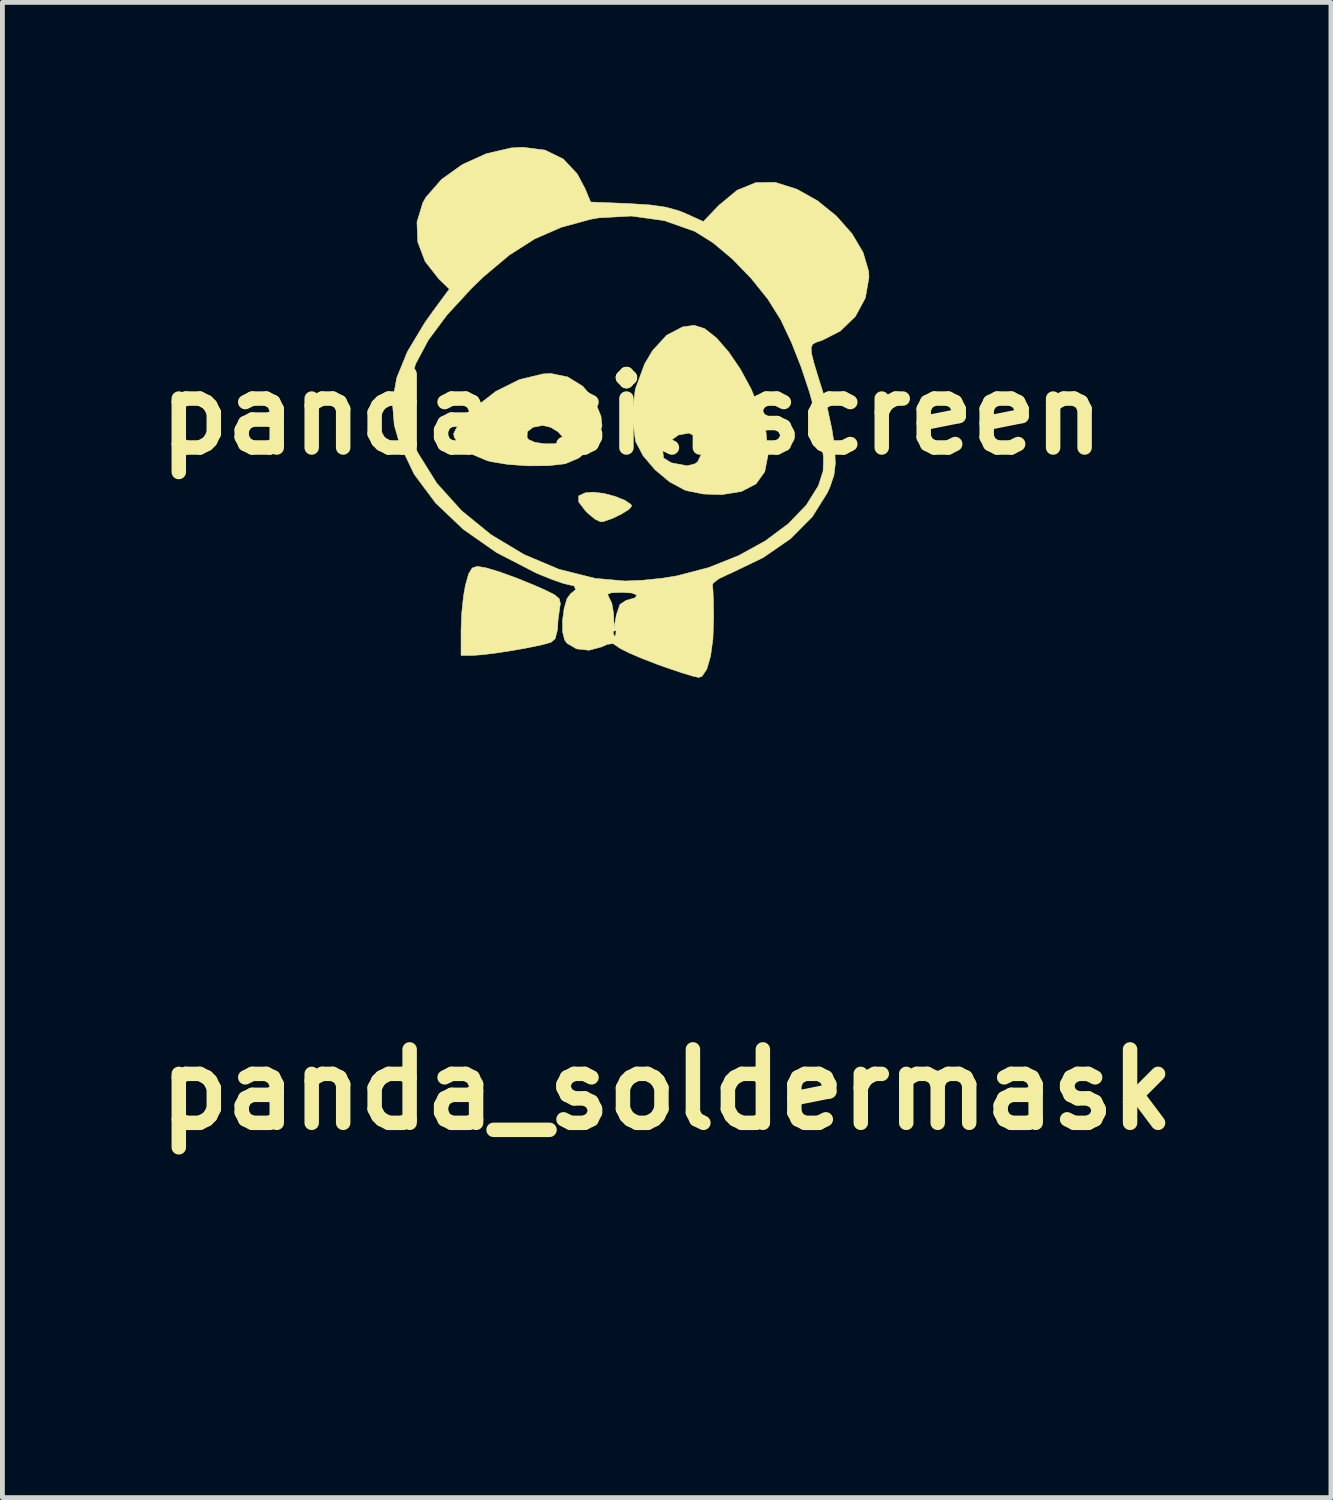
<source format=kicad_pcb>
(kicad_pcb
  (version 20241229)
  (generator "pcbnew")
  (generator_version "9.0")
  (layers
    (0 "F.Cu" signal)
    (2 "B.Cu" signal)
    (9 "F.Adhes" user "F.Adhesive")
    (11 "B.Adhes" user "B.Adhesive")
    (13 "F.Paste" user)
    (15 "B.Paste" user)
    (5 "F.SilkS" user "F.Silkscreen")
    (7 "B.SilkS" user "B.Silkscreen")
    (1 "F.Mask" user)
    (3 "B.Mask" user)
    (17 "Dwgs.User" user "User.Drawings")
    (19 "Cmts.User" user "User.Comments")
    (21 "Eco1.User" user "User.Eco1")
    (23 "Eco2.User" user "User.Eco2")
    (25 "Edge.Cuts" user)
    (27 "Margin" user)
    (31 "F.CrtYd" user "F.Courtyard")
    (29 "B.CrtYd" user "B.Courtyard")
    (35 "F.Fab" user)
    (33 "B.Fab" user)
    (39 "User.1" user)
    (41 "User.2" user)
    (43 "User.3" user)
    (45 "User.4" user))
  (footprint "panda silkscreen"
    (layer "F.Cu")
    (at 10.058 5.547)
    (property "Reference" "panda silkscreen" (at 0 0 0) (layer "F.SilkS") (effects (font (size 1.524 1.524) (thickness 0.3))))
    (attr through_hole)
    (fp_poly (pts (xy -0.581 1.641) (xy -0.344 1.703) (xy -0.14 1.785) (xy -0.016 1.87) (xy 0 1.906) (xy -0.063 1.977) (xy -0.218 2.073) (xy -0.408 2.164) (xy -0.579 2.223) (xy -0.642 2.232) (xy -0.755 2.18) (xy -0.912 2.052) (xy -0.956 2.007) (xy -1.099 1.819) (xy -1.101 1.693) (xy -0.962 1.628) (xy -0.801 1.616) (xy -0.581 1.641)) (stroke (width 0.01) (type solid)) (fill yes) (layer "F.SilkS"))
    (fp_poly (pts (xy -3.017 3.187) (xy -2.73 3.274) (xy -2.373 3.404) (xy -1.981 3.565) (xy -1.822 3.635) (xy -1.606 3.741) (xy -1.502 3.827) (xy -1.48 3.93) (xy -1.495 4.028) (xy -1.529 4.277) (xy -1.539 4.466) (xy -1.588 4.657) (xy -1.674 4.731) (xy -1.847 4.78) (xy -2.123 4.838) (xy -2.455 4.898) (xy -2.793 4.951) (xy -3.087 4.988) (xy -3.29 5.003) (xy -3.29 5.003) (xy -3.541 5.003) (xy -3.541 4.47) (xy -3.527 4.124) (xy -3.49 3.772) (xy -3.45 3.546) (xy -3.383 3.309) (xy -3.31 3.19) (xy -3.209 3.156) (xy -3.2 3.156) (xy -3.017 3.187)) (stroke (width 0.01) (type solid)) (fill yes) (layer "F.SilkS"))
    (fp_poly (pts (xy -1.327 -0.775) (xy -1.015 -0.582) (xy -0.775 -0.299) (xy -0.637 0.042) (xy -0.616 0.237) (xy -0.683 0.474) (xy -0.859 0.712) (xy -1.102 0.909) (xy -1.374 1.025) (xy -1.389 1.028) (xy -1.732 1.067) (xy -2.148 1.07) (xy -2.567 1.04) (xy -2.923 0.982) (xy -3.004 0.96) (xy -3.316 0.828) (xy -3.552 0.66) (xy -3.68 0.481) (xy -3.68 0.48) (xy -2.171 0.48) (xy -2.138 0.525) (xy -2.008 0.582) (xy -1.803 0.612) (xy -1.593 0.611) (xy -1.45 0.575) (xy -1.437 0.564) (xy -1.431 0.473) (xy -1.526 0.364) (xy -1.679 0.271) (xy -1.845 0.231) (xy -1.85 0.231) (xy -2.049 0.269) (xy -2.166 0.362) (xy -2.171 0.48) (xy -3.68 0.48) (xy -3.695 0.404) (xy -3.641 0.292) (xy -3.501 0.113) (xy -3.303 -0.095) (xy -3.269 -0.127) (xy -2.817 -0.478) (xy -2.33 -0.72) (xy -1.843 -0.838) (xy -1.678 -0.847) (xy -1.327 -0.775)) (stroke (width 0.01) (type solid)) (fill yes) (layer "F.SilkS"))
    (fp_poly (pts (xy 1.514 -1.778) (xy 1.758 -1.586) (xy 2.01 -1.297) (xy 2.256 -0.936) (xy 2.477 -0.528) (xy 2.656 -0.1) (xy 2.777 0.324) (xy 2.788 0.379) (xy 2.83 0.839) (xy 2.761 1.192) (xy 2.579 1.445) (xy 2.279 1.601) (xy 1.868 1.667) (xy 1.486 1.654) (xy 1.141 1.585) (xy 1.096 1.569) (xy 0.786 1.402) (xy 0.485 1.151) (xy 0.237 0.86) (xy 0.186 0.763) (xy 0.645 0.763) (xy 0.661 0.907) (xy 0.823 1.007) (xy 1.132 1.065) (xy 1.158 1.067) (xy 1.315 1.026) (xy 1.37 0.985) (xy 1.453 0.809) (xy 1.44 0.601) (xy 1.37 0.477) (xy 1.186 0.39) (xy 0.968 0.43) (xy 0.773 0.573) (xy 0.645 0.763) (xy 0.186 0.763) (xy 0.086 0.573) (xy 0.078 0.546) (xy 0.009 0.022) (xy 0.075 -0.522) (xy 0.269 -1.047) (xy 0.432 -1.321) (xy 0.725 -1.641) (xy 1.057 -1.814) (xy 1.298 -1.847) (xy 1.514 -1.778)) (stroke (width 0.01) (type solid)) (fill yes) (layer "F.SilkS"))
    (fp_poly (pts (xy -1.797 -5.482) (xy -1.42 -5.298) (xy -1.129 -4.987) (xy -0.968 -4.684) (xy -0.852 -4.405) (xy -0.06 -4.373) (xy 0.38 -4.345) (xy 0.711 -4.298) (xy 0.977 -4.224) (xy 1.109 -4.171) (xy 1.487 -4) (xy 1.811 -4.338) (xy 2.187 -4.649) (xy 2.575 -4.808) (xy 2.971 -4.814) (xy 2.983 -4.812) (xy 3.431 -4.67) (xy 3.861 -4.428) (xy 4.25 -4.112) (xy 4.572 -3.747) (xy 4.802 -3.359) (xy 4.916 -2.971) (xy 4.924 -2.843) (xy 4.849 -2.414) (xy 4.643 -2.032) (xy 4.328 -1.727) (xy 3.952 -1.535) (xy 3.834 -1.497) (xy 3.758 -1.456) (xy 3.724 -1.386) (xy 3.732 -1.263) (xy 3.782 -1.061) (xy 3.875 -0.755) (xy 3.967 -0.462) (xy 4.07 -0.086) (xy 4.155 0.312) (xy 4.208 0.654) (xy 4.212 0.703) (xy 4.226 1.019) (xy 4.198 1.26) (xy 4.117 1.501) (xy 4.061 1.627) (xy 3.748 2.126) (xy 3.299 2.579) (xy 2.728 2.974) (xy 2.049 3.301) (xy 2.011 3.316) (xy 1.811 3.411) (xy 1.692 3.502) (xy 1.676 3.542) (xy 1.687 3.657) (xy 1.696 3.881) (xy 1.701 4.171) (xy 1.701 4.23) (xy 1.686 4.661) (xy 1.636 5.022) (xy 1.559 5.288) (xy 1.459 5.437) (xy 1.393 5.461) (xy 1.271 5.434) (xy 1.043 5.365) (xy 0.746 5.265) (xy 0.543 5.193) (xy 0.223 5.07) (xy -0.049 4.954) (xy -0.236 4.86) (xy -0.291 4.822) (xy -0.389 4.757) (xy -0.511 4.775) (xy -0.623 4.826) (xy -0.885 4.896) (xy -1.142 4.868) (xy -1.34 4.753) (xy -1.392 4.682) (xy -1.427 4.541) (xy -0.385 4.541) (xy -0.357 4.605) (xy -0.334 4.593) (xy -0.324 4.501) (xy -0.334 4.49) (xy -0.379 4.5) (xy -0.385 4.541) (xy -1.427 4.541) (xy -1.434 4.512) (xy -1.435 4.276) (xy -1.402 4.03) (xy -1.343 3.827) (xy -1.273 3.731) (xy -0.5 3.731) (xy -0.477 3.787) (xy -0.477 3.787) (xy -0.412 3.922) (xy -0.376 4.13) (xy -0.375 4.153) (xy -0.365 4.426) (xy -0.317 4.157) (xy -0.243 3.945) (xy -0.115 3.861) (xy 0.069 3.808) (xy 0.108 3.752) (xy 0.008 3.709) (xy -0.192 3.695) (xy -0.413 3.703) (xy -0.5 3.731) (xy -1.273 3.731) (xy -1.266 3.721) (xy -1.262 3.719) (xy -1.162 3.638) (xy -1.194 3.561) (xy -1.289 3.54) (xy -1.42 3.509) (xy -1.647 3.43) (xy -1.927 3.317) (xy -2.001 3.284) (xy -2.804 2.869) (xy -3.496 2.385) (xy -4.068 1.841) (xy -4.512 1.246) (xy -4.817 0.609) (xy -4.927 0.225) (xy -4.945 0.004) (xy -4.691 0.004) (xy -4.675 0.208) (xy -4.615 0.412) (xy -4.499 0.673) (xy -4.435 0.804) (xy -4.045 1.429) (xy -3.532 1.999) (xy -2.921 2.497) (xy -2.238 2.908) (xy -1.509 3.216) (xy -0.76 3.404) (xy -0.141 3.459) (xy 0.213 3.445) (xy 0.621 3.403) (xy 0.936 3.353) (xy 1.601 3.179) (xy 2.221 2.931) (xy 2.777 2.624) (xy 3.251 2.27) (xy 3.623 1.884) (xy 3.875 1.48) (xy 3.972 1.178) (xy 3.98 0.896) (xy 3.93 0.507) (xy 3.829 0.042) (xy 3.687 -0.467) (xy 3.513 -0.989) (xy 3.314 -1.493) (xy 3.1 -1.948) (xy 3.095 -1.959) (xy 2.827 -2.387) (xy 2.479 -2.821) (xy 2.087 -3.225) (xy 1.686 -3.561) (xy 1.312 -3.794) (xy 1.308 -3.796) (xy 0.677 -4.019) (xy -0.004 -4.114) (xy -0.69 -4.076) (xy -0.847 -4.048) (xy -1.46 -3.881) (xy -2.013 -3.64) (xy -2.54 -3.304) (xy -3.075 -2.854) (xy -3.315 -2.623) (xy -3.832 -2.062) (xy -4.218 -1.543) (xy -4.482 -1.048) (xy -4.635 -0.559) (xy -4.677 -0.257) (xy -4.691 0.004) (xy -4.945 0.004) (xy -4.966 -0.25) (xy -4.876 -0.755) (xy -4.654 -1.3) (xy -4.296 -1.896) (xy -4.132 -2.128) (xy -3.784 -2.6) (xy -4.005 -2.812) (xy -4.287 -3.173) (xy -4.439 -3.575) (xy -4.456 -3.989) (xy -4.335 -4.388) (xy -4.267 -4.507) (xy -3.944 -4.876) (xy -3.514 -5.183) (xy -3.018 -5.408) (xy -2.499 -5.528) (xy -2.264 -5.542) (xy -1.797 -5.482)) (stroke (width 0.01) (type solid)) (fill yes) (layer "F.SilkS")))
  (footprint "panda_soldermask"
    (layer "F.Cu")
    (at 10.784 19.56)
    (property "Reference" "panda_soldermask" (at 0 0 0) (layer "F.SilkS") (effects (font (size 1.524 1.524) (thickness 0.3))))
    (attr through_hole)
    (fp_poly (pts (xy -0.581 1.641) (xy -0.344 1.703) (xy -0.14 1.785) (xy -0.016 1.87) (xy 0 1.906) (xy -0.063 1.977) (xy -0.218 2.073) (xy -0.408 2.164) (xy -0.579 2.223) (xy -0.642 2.232) (xy -0.755 2.18) (xy -0.912 2.052) (xy -0.956 2.007) (xy -1.099 1.819) (xy -1.101 1.693) (xy -0.962 1.628) (xy -0.801 1.616) (xy -0.581 1.641)) (stroke (width 0.01) (type solid)) (fill yes) (layer "F.Mask"))
    (fp_poly (pts (xy -3.017 3.187) (xy -2.73 3.274) (xy -2.373 3.404) (xy -1.981 3.565) (xy -1.822 3.635) (xy -1.606 3.741) (xy -1.502 3.827) (xy -1.48 3.93) (xy -1.495 4.028) (xy -1.529 4.277) (xy -1.539 4.466) (xy -1.588 4.657) (xy -1.674 4.731) (xy -1.847 4.78) (xy -2.123 4.838) (xy -2.455 4.898) (xy -2.793 4.951) (xy -3.087 4.988) (xy -3.29 5.003) (xy -3.29 5.003) (xy -3.541 5.003) (xy -3.541 4.47) (xy -3.527 4.124) (xy -3.49 3.772) (xy -3.45 3.546) (xy -3.383 3.309) (xy -3.31 3.19) (xy -3.209 3.156) (xy -3.2 3.156) (xy -3.017 3.187)) (stroke (width 0.01) (type solid)) (fill yes) (layer "F.Mask"))
    (fp_poly (pts (xy -1.327 -0.775) (xy -1.015 -0.582) (xy -0.775 -0.299) (xy -0.637 0.042) (xy -0.616 0.237) (xy -0.683 0.474) (xy -0.859 0.712) (xy -1.102 0.909) (xy -1.374 1.025) (xy -1.389 1.028) (xy -1.732 1.067) (xy -2.148 1.07) (xy -2.567 1.04) (xy -2.923 0.982) (xy -3.004 0.96) (xy -3.316 0.828) (xy -3.552 0.66) (xy -3.68 0.481) (xy -3.68 0.48) (xy -2.171 0.48) (xy -2.138 0.525) (xy -2.008 0.582) (xy -1.803 0.612) (xy -1.593 0.611) (xy -1.45 0.575) (xy -1.437 0.564) (xy -1.431 0.473) (xy -1.526 0.364) (xy -1.679 0.271) (xy -1.845 0.231) (xy -1.85 0.231) (xy -2.049 0.269) (xy -2.166 0.362) (xy -2.171 0.48) (xy -3.68 0.48) (xy -3.695 0.404) (xy -3.641 0.292) (xy -3.501 0.113) (xy -3.303 -0.095) (xy -3.269 -0.127) (xy -2.817 -0.478) (xy -2.33 -0.72) (xy -1.843 -0.838) (xy -1.678 -0.847) (xy -1.327 -0.775)) (stroke (width 0.01) (type solid)) (fill yes) (layer "F.Mask"))
    (fp_poly (pts (xy 1.514 -1.778) (xy 1.758 -1.586) (xy 2.01 -1.297) (xy 2.256 -0.936) (xy 2.477 -0.528) (xy 2.656 -0.1) (xy 2.777 0.324) (xy 2.788 0.379) (xy 2.83 0.839) (xy 2.761 1.192) (xy 2.579 1.445) (xy 2.279 1.601) (xy 1.868 1.667) (xy 1.486 1.654) (xy 1.141 1.585) (xy 1.096 1.569) (xy 0.786 1.402) (xy 0.485 1.151) (xy 0.237 0.86) (xy 0.186 0.763) (xy 0.645 0.763) (xy 0.661 0.907) (xy 0.823 1.007) (xy 1.132 1.065) (xy 1.158 1.067) (xy 1.315 1.026) (xy 1.37 0.985) (xy 1.453 0.809) (xy 1.44 0.601) (xy 1.37 0.477) (xy 1.186 0.39) (xy 0.968 0.43) (xy 0.773 0.573) (xy 0.645 0.763) (xy 0.186 0.763) (xy 0.086 0.573) (xy 0.078 0.546) (xy 0.009 0.022) (xy 0.075 -0.522) (xy 0.269 -1.047) (xy 0.432 -1.321) (xy 0.725 -1.641) (xy 1.057 -1.814) (xy 1.298 -1.847) (xy 1.514 -1.778)) (stroke (width 0.01) (type solid)) (fill yes) (layer "F.Mask"))
    (fp_poly (pts (xy -1.797 -5.482) (xy -1.42 -5.298) (xy -1.129 -4.987) (xy -0.968 -4.684) (xy -0.852 -4.405) (xy -0.06 -4.373) (xy 0.38 -4.345) (xy 0.711 -4.298) (xy 0.977 -4.224) (xy 1.109 -4.171) (xy 1.487 -4) (xy 1.811 -4.338) (xy 2.187 -4.649) (xy 2.575 -4.808) (xy 2.971 -4.814) (xy 2.983 -4.812) (xy 3.431 -4.67) (xy 3.861 -4.428) (xy 4.25 -4.112) (xy 4.572 -3.747) (xy 4.802 -3.359) (xy 4.916 -2.971) (xy 4.924 -2.843) (xy 4.849 -2.414) (xy 4.643 -2.032) (xy 4.328 -1.727) (xy 3.952 -1.535) (xy 3.834 -1.497) (xy 3.758 -1.456) (xy 3.724 -1.386) (xy 3.732 -1.263) (xy 3.782 -1.061) (xy 3.875 -0.755) (xy 3.967 -0.462) (xy 4.07 -0.086) (xy 4.155 0.312) (xy 4.208 0.654) (xy 4.212 0.703) (xy 4.226 1.019) (xy 4.198 1.26) (xy 4.117 1.501) (xy 4.061 1.627) (xy 3.748 2.126) (xy 3.299 2.579) (xy 2.728 2.974) (xy 2.049 3.301) (xy 2.011 3.316) (xy 1.811 3.411) (xy 1.692 3.502) (xy 1.676 3.542) (xy 1.687 3.657) (xy 1.696 3.881) (xy 1.701 4.171) (xy 1.701 4.23) (xy 1.686 4.661) (xy 1.636 5.022) (xy 1.559 5.288) (xy 1.459 5.437) (xy 1.393 5.461) (xy 1.271 5.434) (xy 1.043 5.365) (xy 0.746 5.265) (xy 0.543 5.193) (xy 0.223 5.07) (xy -0.049 4.954) (xy -0.236 4.86) (xy -0.291 4.822) (xy -0.389 4.757) (xy -0.511 4.775) (xy -0.623 4.826) (xy -0.885 4.896) (xy -1.142 4.868) (xy -1.34 4.753) (xy -1.392 4.682) (xy -1.427 4.541) (xy -0.385 4.541) (xy -0.357 4.605) (xy -0.334 4.593) (xy -0.324 4.501) (xy -0.334 4.49) (xy -0.379 4.5) (xy -0.385 4.541) (xy -1.427 4.541) (xy -1.434 4.512) (xy -1.435 4.276) (xy -1.402 4.03) (xy -1.343 3.827) (xy -1.273 3.731) (xy -0.5 3.731) (xy -0.477 3.787) (xy -0.477 3.787) (xy -0.412 3.922) (xy -0.376 4.13) (xy -0.375 4.153) (xy -0.365 4.426) (xy -0.317 4.157) (xy -0.243 3.945) (xy -0.115 3.861) (xy 0.069 3.808) (xy 0.108 3.752) (xy 0.008 3.709) (xy -0.192 3.695) (xy -0.413 3.703) (xy -0.5 3.731) (xy -1.273 3.731) (xy -1.266 3.721) (xy -1.262 3.719) (xy -1.162 3.638) (xy -1.194 3.561) (xy -1.289 3.54) (xy -1.42 3.509) (xy -1.647 3.43) (xy -1.927 3.317) (xy -2.001 3.284) (xy -2.804 2.869) (xy -3.496 2.385) (xy -4.068 1.841) (xy -4.512 1.246) (xy -4.817 0.609) (xy -4.927 0.225) (xy -4.945 0.004) (xy -4.691 0.004) (xy -4.675 0.208) (xy -4.615 0.412) (xy -4.499 0.673) (xy -4.435 0.804) (xy -4.045 1.429) (xy -3.532 1.999) (xy -2.921 2.497) (xy -2.238 2.908) (xy -1.509 3.216) (xy -0.76 3.404) (xy -0.141 3.459) (xy 0.213 3.445) (xy 0.621 3.403) (xy 0.936 3.353) (xy 1.601 3.179) (xy 2.221 2.931) (xy 2.777 2.624) (xy 3.251 2.27) (xy 3.623 1.884) (xy 3.875 1.48) (xy 3.972 1.178) (xy 3.98 0.896) (xy 3.93 0.507) (xy 3.829 0.042) (xy 3.687 -0.467) (xy 3.513 -0.989) (xy 3.314 -1.493) (xy 3.1 -1.948) (xy 3.095 -1.959) (xy 2.827 -2.387) (xy 2.479 -2.821) (xy 2.087 -3.225) (xy 1.686 -3.561) (xy 1.312 -3.794) (xy 1.308 -3.796) (xy 0.677 -4.019) (xy -0.004 -4.114) (xy -0.69 -4.076) (xy -0.847 -4.048) (xy -1.46 -3.881) (xy -2.013 -3.64) (xy -2.54 -3.304) (xy -3.075 -2.854) (xy -3.315 -2.623) (xy -3.832 -2.062) (xy -4.218 -1.543) (xy -4.482 -1.048) (xy -4.635 -0.559) (xy -4.677 -0.257) (xy -4.691 0.004) (xy -4.945 0.004) (xy -4.966 -0.25) (xy -4.876 -0.755) (xy -4.654 -1.3) (xy -4.296 -1.896) (xy -4.132 -2.128) (xy -3.784 -2.6) (xy -4.005 -2.812) (xy -4.287 -3.173) (xy -4.439 -3.575) (xy -4.456 -3.989) (xy -4.335 -4.388) (xy -4.267 -4.507) (xy -3.944 -4.876) (xy -3.514 -5.183) (xy -3.018 -5.408) (xy -2.499 -5.528) (xy -2.264 -5.542) (xy -1.797 -5.482)) (stroke (width 0.01) (type solid)) (fill yes) (layer "F.Mask")))
  (gr_rect
    (start -3 -3)
    (end 24.568 28.026)
    (stroke (width 0.1) (type default))
    (fill no)
    (layer "Edge.Cuts")))
</source>
